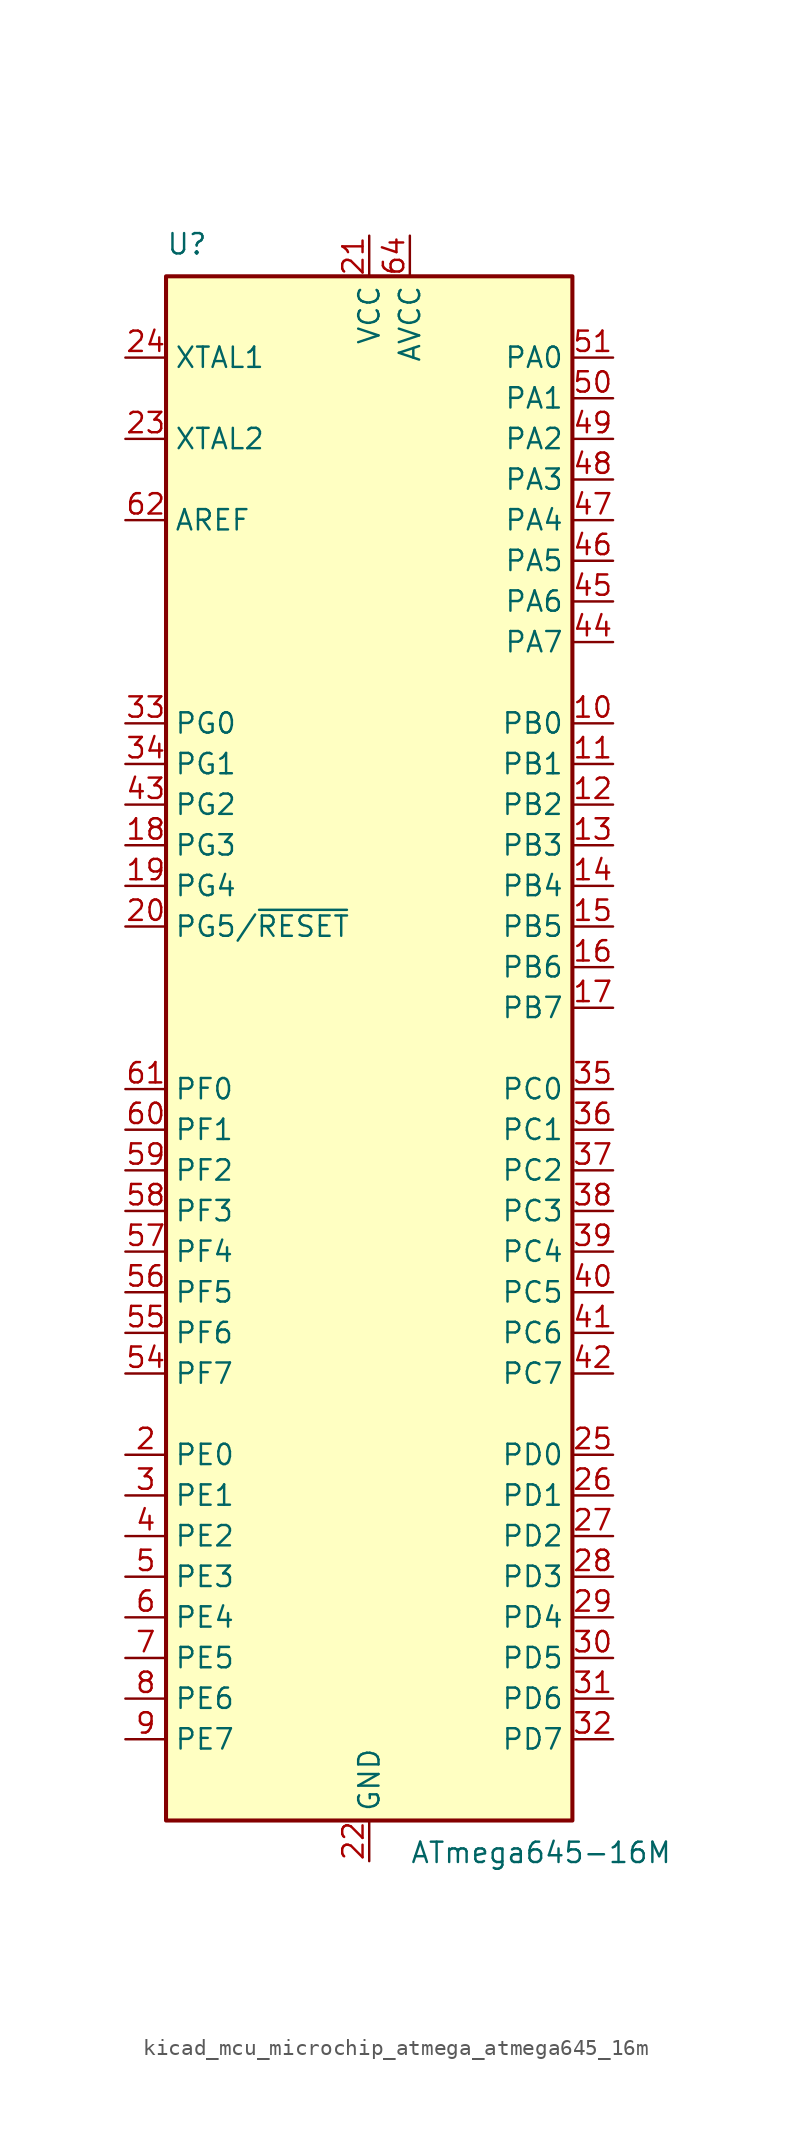
<source format=kicad_sym>
(kicad_symbol_lib
  (version 20220914)
  (generator kicad_symbol_editor)
  (symbol "kicad_mcu_microchip_atmega_atmega645_16m"
    (property "Reference" "U"
      (at -12.7 49.53 0)
      (effects (font (size 1.27 1.27)) (justify left bottom)))
    (property "Value" "ATmega645-16M"
      (at 2.54 -49.53 0)
      (effects (font (size 1.27 1.27)) (justify left top)))
    (symbol "kicad_mcu_microchip_atmega_atmega645_16m_0_1"
      (rectangle (start -12.7 -48.26) (end 12.7 48.26) (stroke (width 0.254) (type default)) (fill (type background))))
    (symbol "kicad_mcu_microchip_atmega_atmega645_16m_1_1"
      (pin no_connect line (at -12.7 -45.72 0) (length 2.54) hide (name "NC" (effects (font (size 1.27 1.27)))) (number "1" (effects (font (size 1.27 1.27)))))
      (pin bidirectional line (at 15.24 20.32 180) (length 2.54) (name "PB0" (effects (font (size 1.27 1.27)))) (number "10" (effects (font (size 1.27 1.27)))))
      (pin bidirectional line (at 15.24 17.78 180) (length 2.54) (name "PB1" (effects (font (size 1.27 1.27)))) (number "11" (effects (font (size 1.27 1.27)))))
      (pin bidirectional line (at 15.24 15.24 180) (length 2.54) (name "PB2" (effects (font (size 1.27 1.27)))) (number "12" (effects (font (size 1.27 1.27)))))
      (pin bidirectional line (at 15.24 12.7 180) (length 2.54) (name "PB3" (effects (font (size 1.27 1.27)))) (number "13" (effects (font (size 1.27 1.27)))))
      (pin bidirectional line (at 15.24 10.16 180) (length 2.54) (name "PB4" (effects (font (size 1.27 1.27)))) (number "14" (effects (font (size 1.27 1.27)))))
      (pin bidirectional line (at 15.24 7.62 180) (length 2.54) (name "PB5" (effects (font (size 1.27 1.27)))) (number "15" (effects (font (size 1.27 1.27)))))
      (pin bidirectional line (at 15.24 5.08 180) (length 2.54) (name "PB6" (effects (font (size 1.27 1.27)))) (number "16" (effects (font (size 1.27 1.27)))))
      (pin bidirectional line (at 15.24 2.54 180) (length 2.54) (name "PB7" (effects (font (size 1.27 1.27)))) (number "17" (effects (font (size 1.27 1.27)))))
      (pin bidirectional line (at -15.24 12.7 0) (length 2.54) (name "PG3" (effects (font (size 1.27 1.27)))) (number "18" (effects (font (size 1.27 1.27)))))
      (pin bidirectional line (at -15.24 10.16 0) (length 2.54) (name "PG4" (effects (font (size 1.27 1.27)))) (number "19" (effects (font (size 1.27 1.27)))))
      (pin bidirectional line (at -15.24 -25.4 0) (length 2.54) (name "PE0" (effects (font (size 1.27 1.27)))) (number "2" (effects (font (size 1.27 1.27)))))
      (pin bidirectional line (at -15.24 7.62 0) (length 2.54) (name "PG5/~{RESET}" (effects (font (size 1.27 1.27)))) (number "20" (effects (font (size 1.27 1.27)))))
      (pin power_in line (at 0 50.8 270) (length 2.54) (name "VCC" (effects (font (size 1.27 1.27)))) (number "21" (effects (font (size 1.27 1.27)))))
      (pin power_in line (at 0 -50.8 90) (length 2.54) (name "GND" (effects (font (size 1.27 1.27)))) (number "22" (effects (font (size 1.27 1.27)))))
      (pin output line (at -15.24 38.1 0) (length 2.54) (name "XTAL2" (effects (font (size 1.27 1.27)))) (number "23" (effects (font (size 1.27 1.27)))))
      (pin input line (at -15.24 43.18 0) (length 2.54) (name "XTAL1" (effects (font (size 1.27 1.27)))) (number "24" (effects (font (size 1.27 1.27)))))
      (pin bidirectional line (at 15.24 -25.4 180) (length 2.54) (name "PD0" (effects (font (size 1.27 1.27)))) (number "25" (effects (font (size 1.27 1.27)))))
      (pin bidirectional line (at 15.24 -27.94 180) (length 2.54) (name "PD1" (effects (font (size 1.27 1.27)))) (number "26" (effects (font (size 1.27 1.27)))))
      (pin bidirectional line (at 15.24 -30.48 180) (length 2.54) (name "PD2" (effects (font (size 1.27 1.27)))) (number "27" (effects (font (size 1.27 1.27)))))
      (pin bidirectional line (at 15.24 -33.02 180) (length 2.54) (name "PD3" (effects (font (size 1.27 1.27)))) (number "28" (effects (font (size 1.27 1.27)))))
      (pin bidirectional line (at 15.24 -35.56 180) (length 2.54) (name "PD4" (effects (font (size 1.27 1.27)))) (number "29" (effects (font (size 1.27 1.27)))))
      (pin bidirectional line (at -15.24 -27.94 0) (length 2.54) (name "PE1" (effects (font (size 1.27 1.27)))) (number "3" (effects (font (size 1.27 1.27)))))
      (pin bidirectional line (at 15.24 -38.1 180) (length 2.54) (name "PD5" (effects (font (size 1.27 1.27)))) (number "30" (effects (font (size 1.27 1.27)))))
      (pin bidirectional line (at 15.24 -40.64 180) (length 2.54) (name "PD6" (effects (font (size 1.27 1.27)))) (number "31" (effects (font (size 1.27 1.27)))))
      (pin bidirectional line (at 15.24 -43.18 180) (length 2.54) (name "PD7" (effects (font (size 1.27 1.27)))) (number "32" (effects (font (size 1.27 1.27)))))
      (pin bidirectional line (at -15.24 20.32 0) (length 2.54) (name "PG0" (effects (font (size 1.27 1.27)))) (number "33" (effects (font (size 1.27 1.27)))))
      (pin bidirectional line (at -15.24 17.78 0) (length 2.54) (name "PG1" (effects (font (size 1.27 1.27)))) (number "34" (effects (font (size 1.27 1.27)))))
      (pin bidirectional line (at 15.24 -2.54 180) (length 2.54) (name "PC0" (effects (font (size 1.27 1.27)))) (number "35" (effects (font (size 1.27 1.27)))))
      (pin bidirectional line (at 15.24 -5.08 180) (length 2.54) (name "PC1" (effects (font (size 1.27 1.27)))) (number "36" (effects (font (size 1.27 1.27)))))
      (pin bidirectional line (at 15.24 -7.62 180) (length 2.54) (name "PC2" (effects (font (size 1.27 1.27)))) (number "37" (effects (font (size 1.27 1.27)))))
      (pin bidirectional line (at 15.24 -10.16 180) (length 2.54) (name "PC3" (effects (font (size 1.27 1.27)))) (number "38" (effects (font (size 1.27 1.27)))))
      (pin bidirectional line (at 15.24 -12.7 180) (length 2.54) (name "PC4" (effects (font (size 1.27 1.27)))) (number "39" (effects (font (size 1.27 1.27)))))
      (pin bidirectional line (at -15.24 -30.48 0) (length 2.54) (name "PE2" (effects (font (size 1.27 1.27)))) (number "4" (effects (font (size 1.27 1.27)))))
      (pin bidirectional line (at 15.24 -15.24 180) (length 2.54) (name "PC5" (effects (font (size 1.27 1.27)))) (number "40" (effects (font (size 1.27 1.27)))))
      (pin bidirectional line (at 15.24 -17.78 180) (length 2.54) (name "PC6" (effects (font (size 1.27 1.27)))) (number "41" (effects (font (size 1.27 1.27)))))
      (pin bidirectional line (at 15.24 -20.32 180) (length 2.54) (name "PC7" (effects (font (size 1.27 1.27)))) (number "42" (effects (font (size 1.27 1.27)))))
      (pin bidirectional line (at -15.24 15.24 0) (length 2.54) (name "PG2" (effects (font (size 1.27 1.27)))) (number "43" (effects (font (size 1.27 1.27)))))
      (pin bidirectional line (at 15.24 25.4 180) (length 2.54) (name "PA7" (effects (font (size 1.27 1.27)))) (number "44" (effects (font (size 1.27 1.27)))))
      (pin bidirectional line (at 15.24 27.94 180) (length 2.54) (name "PA6" (effects (font (size 1.27 1.27)))) (number "45" (effects (font (size 1.27 1.27)))))
      (pin bidirectional line (at 15.24 30.48 180) (length 2.54) (name "PA5" (effects (font (size 1.27 1.27)))) (number "46" (effects (font (size 1.27 1.27)))))
      (pin bidirectional line (at 15.24 33.02 180) (length 2.54) (name "PA4" (effects (font (size 1.27 1.27)))) (number "47" (effects (font (size 1.27 1.27)))))
      (pin bidirectional line (at 15.24 35.56 180) (length 2.54) (name "PA3" (effects (font (size 1.27 1.27)))) (number "48" (effects (font (size 1.27 1.27)))))
      (pin bidirectional line (at 15.24 38.1 180) (length 2.54) (name "PA2" (effects (font (size 1.27 1.27)))) (number "49" (effects (font (size 1.27 1.27)))))
      (pin bidirectional line (at -15.24 -33.02 0) (length 2.54) (name "PE3" (effects (font (size 1.27 1.27)))) (number "5" (effects (font (size 1.27 1.27)))))
      (pin bidirectional line (at 15.24 40.64 180) (length 2.54) (name "PA1" (effects (font (size 1.27 1.27)))) (number "50" (effects (font (size 1.27 1.27)))))
      (pin bidirectional line (at 15.24 43.18 180) (length 2.54) (name "PA0" (effects (font (size 1.27 1.27)))) (number "51" (effects (font (size 1.27 1.27)))))
      (pin passive line (at 0 50.8 270) (length 2.54) hide (name "VCC" (effects (font (size 1.27 1.27)))) (number "52" (effects (font (size 1.27 1.27)))))
      (pin passive line (at 0 -50.8 90) (length 2.54) hide (name "GND" (effects (font (size 1.27 1.27)))) (number "53" (effects (font (size 1.27 1.27)))))
      (pin bidirectional line (at -15.24 -20.32 0) (length 2.54) (name "PF7" (effects (font (size 1.27 1.27)))) (number "54" (effects (font (size 1.27 1.27)))))
      (pin bidirectional line (at -15.24 -17.78 0) (length 2.54) (name "PF6" (effects (font (size 1.27 1.27)))) (number "55" (effects (font (size 1.27 1.27)))))
      (pin bidirectional line (at -15.24 -15.24 0) (length 2.54) (name "PF5" (effects (font (size 1.27 1.27)))) (number "56" (effects (font (size 1.27 1.27)))))
      (pin bidirectional line (at -15.24 -12.7 0) (length 2.54) (name "PF4" (effects (font (size 1.27 1.27)))) (number "57" (effects (font (size 1.27 1.27)))))
      (pin bidirectional line (at -15.24 -10.16 0) (length 2.54) (name "PF3" (effects (font (size 1.27 1.27)))) (number "58" (effects (font (size 1.27 1.27)))))
      (pin bidirectional line (at -15.24 -7.62 0) (length 2.54) (name "PF2" (effects (font (size 1.27 1.27)))) (number "59" (effects (font (size 1.27 1.27)))))
      (pin bidirectional line (at -15.24 -35.56 0) (length 2.54) (name "PE4" (effects (font (size 1.27 1.27)))) (number "6" (effects (font (size 1.27 1.27)))))
      (pin bidirectional line (at -15.24 -5.08 0) (length 2.54) (name "PF1" (effects (font (size 1.27 1.27)))) (number "60" (effects (font (size 1.27 1.27)))))
      (pin bidirectional line (at -15.24 -2.54 0) (length 2.54) (name "PF0" (effects (font (size 1.27 1.27)))) (number "61" (effects (font (size 1.27 1.27)))))
      (pin passive line (at -15.24 33.02 0) (length 2.54) (name "AREF" (effects (font (size 1.27 1.27)))) (number "62" (effects (font (size 1.27 1.27)))))
      (pin passive line (at 0 -50.8 90) (length 2.54) hide (name "GND" (effects (font (size 1.27 1.27)))) (number "63" (effects (font (size 1.27 1.27)))))
      (pin power_in line (at 2.54 50.8 270) (length 2.54) (name "AVCC" (effects (font (size 1.27 1.27)))) (number "64" (effects (font (size 1.27 1.27)))))
      (pin passive line (at 0 -50.8 90) (length 2.54) hide (name "GND" (effects (font (size 1.27 1.27)))) (number "65" (effects (font (size 1.27 1.27)))))
      (pin bidirectional line (at -15.24 -38.1 0) (length 2.54) (name "PE5" (effects (font (size 1.27 1.27)))) (number "7" (effects (font (size 1.27 1.27)))))
      (pin bidirectional line (at -15.24 -40.64 0) (length 2.54) (name "PE6" (effects (font (size 1.27 1.27)))) (number "8" (effects (font (size 1.27 1.27)))))
      (pin bidirectional line (at -15.24 -43.18 0) (length 2.54) (name "PE7" (effects (font (size 1.27 1.27)))) (number "9" (effects (font (size 1.27 1.27))))))))
</source>
